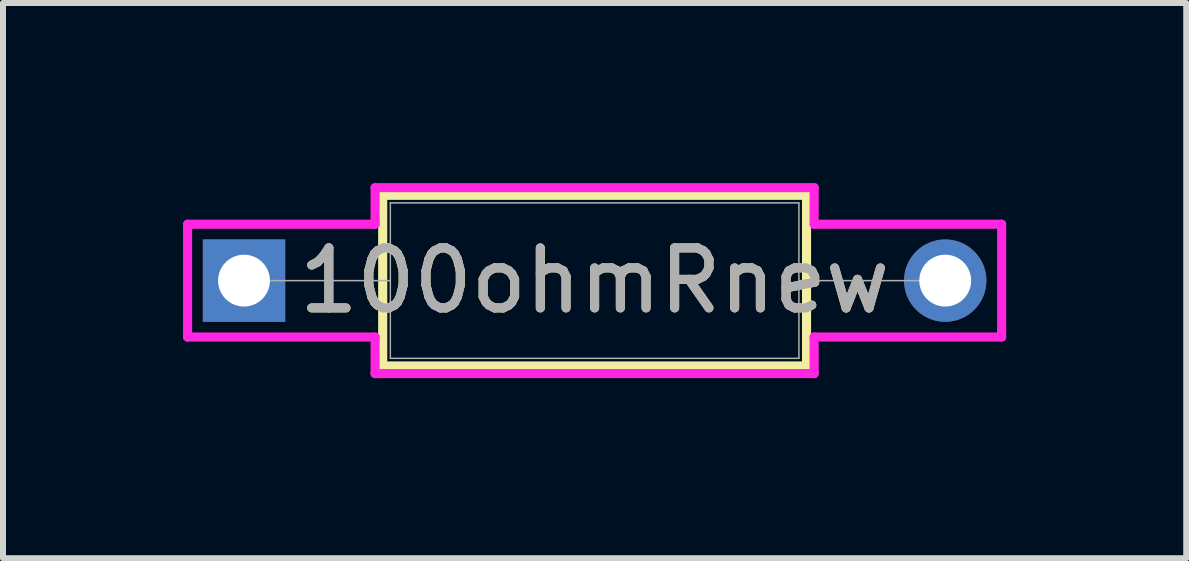
<source format=kicad_pcb>
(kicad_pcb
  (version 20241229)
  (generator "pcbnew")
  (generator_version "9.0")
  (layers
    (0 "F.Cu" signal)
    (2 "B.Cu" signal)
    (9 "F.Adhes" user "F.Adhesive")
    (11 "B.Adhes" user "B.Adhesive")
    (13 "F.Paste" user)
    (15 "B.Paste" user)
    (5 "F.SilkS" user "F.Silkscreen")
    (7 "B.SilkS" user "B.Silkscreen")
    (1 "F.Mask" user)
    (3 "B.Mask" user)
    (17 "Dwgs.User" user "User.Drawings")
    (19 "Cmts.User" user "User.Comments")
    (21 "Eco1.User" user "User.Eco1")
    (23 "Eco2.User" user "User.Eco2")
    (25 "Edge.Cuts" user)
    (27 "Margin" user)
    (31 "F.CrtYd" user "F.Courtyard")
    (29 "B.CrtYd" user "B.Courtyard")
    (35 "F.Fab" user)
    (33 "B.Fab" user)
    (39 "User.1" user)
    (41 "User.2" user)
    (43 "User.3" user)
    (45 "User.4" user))
  (footprint "100ohmRnew"
    (layer "F.Cu")
    (at 1.016 1.626)
    (property "Reference" "100ohmRnew" (at 5.842 0 0) (unlocked yes) (layer "F.SilkS") (effects (font (size 1 1) (thickness 0.15))))
    (attr through_hole)
    (fp_line (start 2.311 -1.422) (end 2.311 1.422) (stroke (width 0.152) (type solid)) (layer "F.SilkS"))
    (fp_line (start 2.311 1.422) (end 9.373 1.422) (stroke (width 0.152) (type solid)) (layer "F.SilkS"))
    (fp_line (start 9.373 -1.422) (end 2.311 -1.422) (stroke (width 0.152) (type solid)) (layer "F.SilkS"))
    (fp_line (start 9.373 1.422) (end 9.373 -1.422) (stroke (width 0.152) (type solid)) (layer "F.SilkS"))
    (fp_line (start -0.94 -0.94) (end 2.184 -0.94) (stroke (width 0.152) (type solid)) (layer "F.CrtYd"))
    (fp_line (start -0.94 0.94) (end -0.94 -0.94) (stroke (width 0.152) (type solid)) (layer "F.CrtYd"))
    (fp_line (start 2.184 -1.549) (end 9.5 -1.549) (stroke (width 0.152) (type solid)) (layer "F.CrtYd"))
    (fp_line (start 2.184 -0.94) (end 2.184 -1.549) (stroke (width 0.152) (type solid)) (layer "F.CrtYd"))
    (fp_line (start 2.184 0.94) (end -0.94 0.94) (stroke (width 0.152) (type solid)) (layer "F.CrtYd"))
    (fp_line (start 2.184 1.549) (end 2.184 0.94) (stroke (width 0.152) (type solid)) (layer "F.CrtYd"))
    (fp_line (start 9.5 -1.549) (end 9.5 -0.94) (stroke (width 0.152) (type solid)) (layer "F.CrtYd"))
    (fp_line (start 9.5 -0.94) (end 12.624 -0.94) (stroke (width 0.152) (type solid)) (layer "F.CrtYd"))
    (fp_line (start 9.5 0.94) (end 9.5 1.549) (stroke (width 0.152) (type solid)) (layer "F.CrtYd"))
    (fp_line (start 9.5 1.549) (end 2.184 1.549) (stroke (width 0.152) (type solid)) (layer "F.CrtYd"))
    (fp_line (start 12.624 -0.94) (end 12.624 0.94) (stroke (width 0.152) (type solid)) (layer "F.CrtYd"))
    (fp_line (start 12.624 0.94) (end 9.5 0.94) (stroke (width 0.152) (type solid)) (layer "F.CrtYd"))
    (fp_line (start 0 0) (end 2.438 0) (stroke (width 0.025) (type solid)) (layer "F.Fab"))
    (fp_line (start 2.438 -1.295) (end 2.438 1.295) (stroke (width 0.025) (type solid)) (layer "F.Fab"))
    (fp_line (start 2.438 1.295) (end 9.246 1.295) (stroke (width 0.025) (type solid)) (layer "F.Fab"))
    (fp_line (start 9.246 -1.295) (end 2.438 -1.295) (stroke (width 0.025) (type solid)) (layer "F.Fab"))
    (fp_line (start 9.246 1.295) (end 9.246 -1.295) (stroke (width 0.025) (type solid)) (layer "F.Fab"))
    (fp_line (start 11.684 0) (end 9.246 0) (stroke (width 0.025) (type solid)) (layer "F.Fab"))
    (fp_text user "${REFERENCE}" (at 5.842 0 0) (unlocked yes) (layer "F.Fab") (effects (font (size 1 1) (thickness 0.15))))
    (pad "1" thru_hole rect (at 0 0) (size 1.372 1.372) (drill 0.864) (layers "*.Cu" "*.Mask"))
    (pad "2" thru_hole circle (at 11.684 0) (size 1.372 1.372) (drill 0.864) (layers "*.Cu" "*.Mask")))
  (gr_rect
    (start -3 -3)
    (end 16.716 6.251)
    (stroke (width 0.1) (type default))
    (fill no)
    (layer "Edge.Cuts")))
</source>
